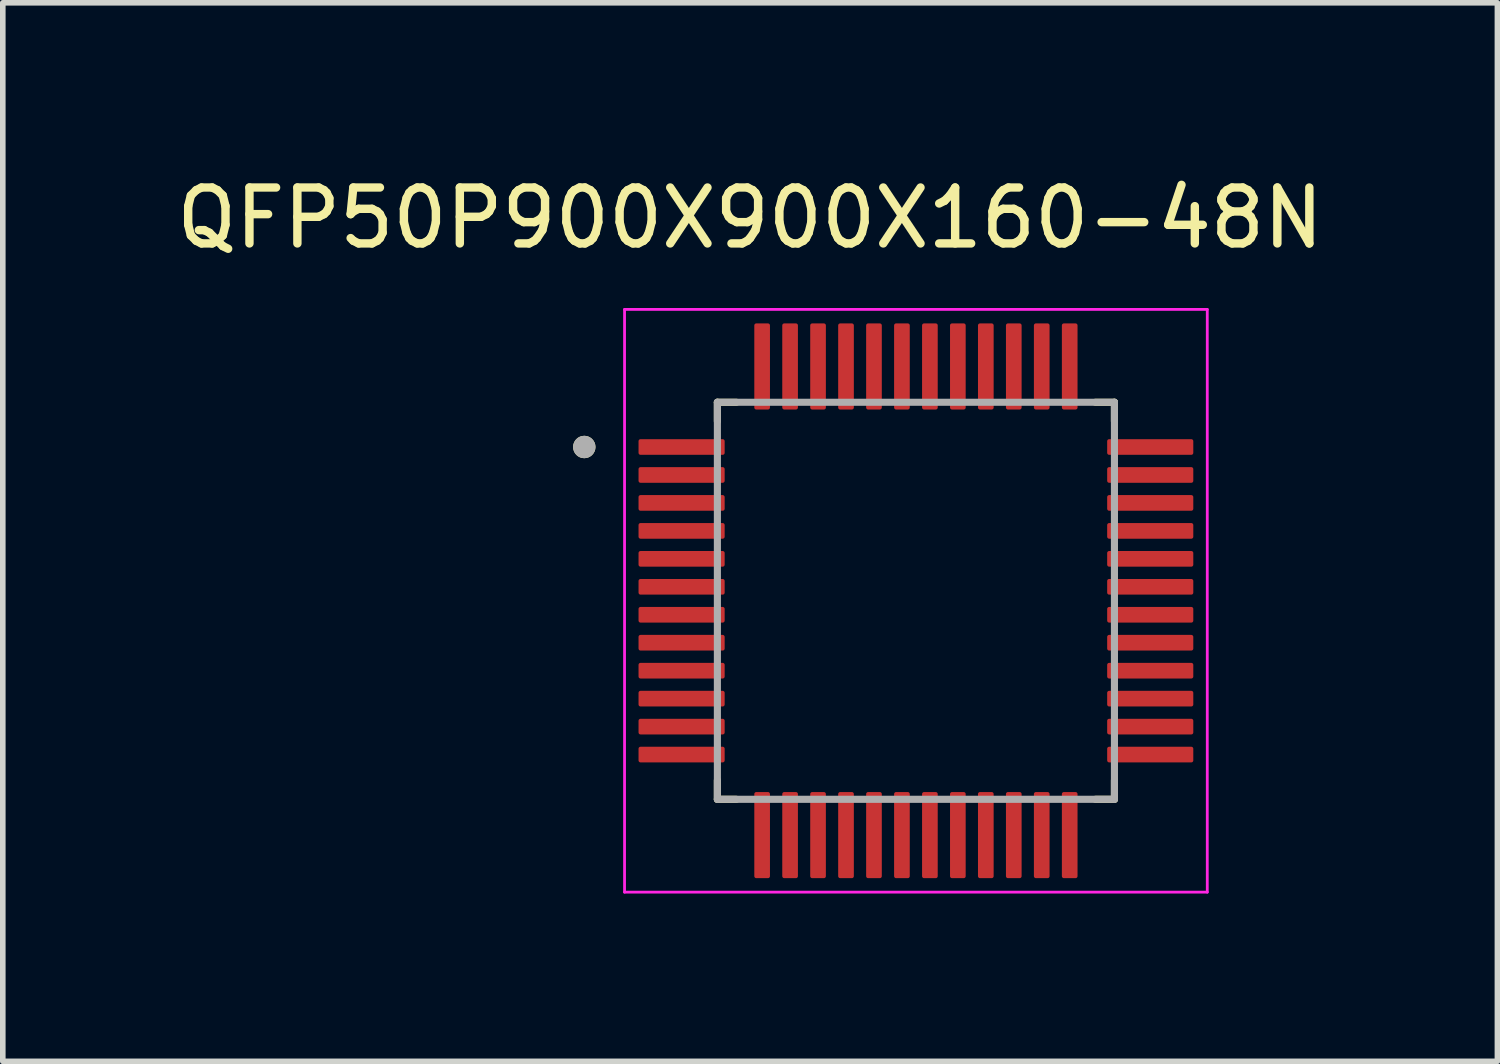
<source format=kicad_pcb>
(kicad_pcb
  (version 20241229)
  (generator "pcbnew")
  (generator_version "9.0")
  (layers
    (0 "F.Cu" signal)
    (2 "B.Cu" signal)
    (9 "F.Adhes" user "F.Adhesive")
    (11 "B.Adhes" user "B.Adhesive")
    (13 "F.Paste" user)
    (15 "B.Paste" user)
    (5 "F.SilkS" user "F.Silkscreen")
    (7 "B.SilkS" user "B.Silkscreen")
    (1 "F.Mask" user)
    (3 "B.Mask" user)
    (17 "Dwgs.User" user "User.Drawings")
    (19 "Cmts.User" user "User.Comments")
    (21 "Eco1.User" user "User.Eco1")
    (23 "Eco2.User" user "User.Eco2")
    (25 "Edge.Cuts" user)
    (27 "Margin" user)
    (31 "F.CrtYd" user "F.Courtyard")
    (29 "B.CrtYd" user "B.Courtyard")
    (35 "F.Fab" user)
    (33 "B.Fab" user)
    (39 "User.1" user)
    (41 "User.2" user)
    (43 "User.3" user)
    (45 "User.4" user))
  (footprint "QFP50P900X900X160-48N"
    (layer "F.Cu")
    (at 13.328 7.693)
    (property "Reference" "QFP50P900X900X160-48N" (at -2.965 -6.845 0) (layer "F.SilkS") (effects (font (size 1 1) (thickness 0.15))))
    (attr smd)
    (fp_line (start -3.55 -3.55) (end -3.55 -3.21) (stroke (width 0.127) (type solid)) (layer "F.SilkS"))
    (fp_line (start -3.55 -3.55) (end -3.21 -3.55) (stroke (width 0.127) (type solid)) (layer "F.SilkS"))
    (fp_line (start -3.55 3.55) (end -3.55 3.21) (stroke (width 0.127) (type solid)) (layer "F.SilkS"))
    (fp_line (start -3.55 3.55) (end -3.21 3.55) (stroke (width 0.127) (type solid)) (layer "F.SilkS"))
    (fp_line (start 3.55 -3.55) (end 3.21 -3.55) (stroke (width 0.127) (type solid)) (layer "F.SilkS"))
    (fp_line (start 3.55 -3.55) (end 3.55 -3.21) (stroke (width 0.127) (type solid)) (layer "F.SilkS"))
    (fp_line (start 3.55 3.55) (end 3.21 3.55) (stroke (width 0.127) (type solid)) (layer "F.SilkS"))
    (fp_line (start 3.55 3.55) (end 3.55 3.21) (stroke (width 0.127) (type solid)) (layer "F.SilkS"))
    (fp_circle (center -5.93 -2.75) (end -5.83 -2.75) (stroke (width 0.2) (type solid)) (fill no) (layer "F.SilkS"))
    (fp_line (start -5.21 -5.21) (end 5.21 -5.21) (stroke (width 0.05) (type solid)) (layer "F.CrtYd"))
    (fp_line (start -5.21 5.21) (end -5.21 -5.21) (stroke (width 0.05) (type solid)) (layer "F.CrtYd"))
    (fp_line (start -5.21 5.21) (end 5.21 5.21) (stroke (width 0.05) (type solid)) (layer "F.CrtYd"))
    (fp_line (start 5.21 5.21) (end 5.21 -5.21) (stroke (width 0.05) (type solid)) (layer "F.CrtYd"))
    (fp_line (start -3.55 3.55) (end -3.55 -3.55) (stroke (width 0.127) (type solid)) (layer "F.Fab"))
    (fp_line (start 3.55 -3.55) (end -3.55 -3.55) (stroke (width 0.127) (type solid)) (layer "F.Fab"))
    (fp_line (start 3.55 3.55) (end -3.55 3.55) (stroke (width 0.127) (type solid)) (layer "F.Fab"))
    (fp_line (start 3.55 3.55) (end 3.55 -3.55) (stroke (width 0.127) (type solid)) (layer "F.Fab"))
    (fp_circle (center -5.93 -2.75) (end -5.83 -2.75) (stroke (width 0.2) (type solid)) (fill no) (layer "F.Fab"))
    (pad "1" smd roundrect (at -4.19 -2.75) (size 1.54 0.28) (layers "F.Cu" "F.Mask" "F.Paste") (roundrect_rratio 0.125))
    (pad "2" smd roundrect (at -4.19 -2.25) (size 1.54 0.28) (layers "F.Cu" "F.Mask" "F.Paste") (roundrect_rratio 0.125))
    (pad "3" smd roundrect (at -4.19 -1.75) (size 1.54 0.28) (layers "F.Cu" "F.Mask" "F.Paste") (roundrect_rratio 0.125))
    (pad "4" smd roundrect (at -4.19 -1.25) (size 1.54 0.28) (layers "F.Cu" "F.Mask" "F.Paste") (roundrect_rratio 0.125))
    (pad "5" smd roundrect (at -4.19 -0.75) (size 1.54 0.28) (layers "F.Cu" "F.Mask" "F.Paste") (roundrect_rratio 0.125))
    (pad "6" smd roundrect (at -4.19 -0.25) (size 1.54 0.28) (layers "F.Cu" "F.Mask" "F.Paste") (roundrect_rratio 0.125))
    (pad "7" smd roundrect (at -4.19 0.25) (size 1.54 0.28) (layers "F.Cu" "F.Mask" "F.Paste") (roundrect_rratio 0.125))
    (pad "8" smd roundrect (at -4.19 0.75) (size 1.54 0.28) (layers "F.Cu" "F.Mask" "F.Paste") (roundrect_rratio 0.125))
    (pad "9" smd roundrect (at -4.19 1.25) (size 1.54 0.28) (layers "F.Cu" "F.Mask" "F.Paste") (roundrect_rratio 0.125))
    (pad "10" smd roundrect (at -4.19 1.75) (size 1.54 0.28) (layers "F.Cu" "F.Mask" "F.Paste") (roundrect_rratio 0.125))
    (pad "11" smd roundrect (at -4.19 2.25) (size 1.54 0.28) (layers "F.Cu" "F.Mask" "F.Paste") (roundrect_rratio 0.125))
    (pad "12" smd roundrect (at -4.19 2.75) (size 1.54 0.28) (layers "F.Cu" "F.Mask" "F.Paste") (roundrect_rratio 0.125))
    (pad "13" smd roundrect (at -2.75 4.19) (size 0.28 1.54) (layers "F.Cu" "F.Mask" "F.Paste") (roundrect_rratio 0.125))
    (pad "14" smd roundrect (at -2.25 4.19) (size 0.28 1.54) (layers "F.Cu" "F.Mask" "F.Paste") (roundrect_rratio 0.125))
    (pad "15" smd roundrect (at -1.75 4.19) (size 0.28 1.54) (layers "F.Cu" "F.Mask" "F.Paste") (roundrect_rratio 0.125))
    (pad "16" smd roundrect (at -1.25 4.19) (size 0.28 1.54) (layers "F.Cu" "F.Mask" "F.Paste") (roundrect_rratio 0.125))
    (pad "17" smd roundrect (at -0.75 4.19) (size 0.28 1.54) (layers "F.Cu" "F.Mask" "F.Paste") (roundrect_rratio 0.125))
    (pad "18" smd roundrect (at -0.25 4.19) (size 0.28 1.54) (layers "F.Cu" "F.Mask" "F.Paste") (roundrect_rratio 0.125))
    (pad "19" smd roundrect (at 0.25 4.19) (size 0.28 1.54) (layers "F.Cu" "F.Mask" "F.Paste") (roundrect_rratio 0.125))
    (pad "20" smd roundrect (at 0.75 4.19) (size 0.28 1.54) (layers "F.Cu" "F.Mask" "F.Paste") (roundrect_rratio 0.125))
    (pad "21" smd roundrect (at 1.25 4.19) (size 0.28 1.54) (layers "F.Cu" "F.Mask" "F.Paste") (roundrect_rratio 0.125))
    (pad "22" smd roundrect (at 1.75 4.19) (size 0.28 1.54) (layers "F.Cu" "F.Mask" "F.Paste") (roundrect_rratio 0.125))
    (pad "23" smd roundrect (at 2.25 4.19) (size 0.28 1.54) (layers "F.Cu" "F.Mask" "F.Paste") (roundrect_rratio 0.125))
    (pad "24" smd roundrect (at 2.75 4.19) (size 0.28 1.54) (layers "F.Cu" "F.Mask" "F.Paste") (roundrect_rratio 0.125))
    (pad "25" smd roundrect (at 4.19 2.75) (size 1.54 0.28) (layers "F.Cu" "F.Mask" "F.Paste") (roundrect_rratio 0.125))
    (pad "26" smd roundrect (at 4.19 2.25) (size 1.54 0.28) (layers "F.Cu" "F.Mask" "F.Paste") (roundrect_rratio 0.125))
    (pad "27" smd roundrect (at 4.19 1.75) (size 1.54 0.28) (layers "F.Cu" "F.Mask" "F.Paste") (roundrect_rratio 0.125))
    (pad "28" smd roundrect (at 4.19 1.25) (size 1.54 0.28) (layers "F.Cu" "F.Mask" "F.Paste") (roundrect_rratio 0.125))
    (pad "29" smd roundrect (at 4.19 0.75) (size 1.54 0.28) (layers "F.Cu" "F.Mask" "F.Paste") (roundrect_rratio 0.125))
    (pad "30" smd roundrect (at 4.19 0.25) (size 1.54 0.28) (layers "F.Cu" "F.Mask" "F.Paste") (roundrect_rratio 0.125))
    (pad "31" smd roundrect (at 4.19 -0.25) (size 1.54 0.28) (layers "F.Cu" "F.Mask" "F.Paste") (roundrect_rratio 0.125))
    (pad "32" smd roundrect (at 4.19 -0.75) (size 1.54 0.28) (layers "F.Cu" "F.Mask" "F.Paste") (roundrect_rratio 0.125))
    (pad "33" smd roundrect (at 4.19 -1.25) (size 1.54 0.28) (layers "F.Cu" "F.Mask" "F.Paste") (roundrect_rratio 0.125))
    (pad "34" smd roundrect (at 4.19 -1.75) (size 1.54 0.28) (layers "F.Cu" "F.Mask" "F.Paste") (roundrect_rratio 0.125))
    (pad "35" smd roundrect (at 4.19 -2.25) (size 1.54 0.28) (layers "F.Cu" "F.Mask" "F.Paste") (roundrect_rratio 0.125))
    (pad "36" smd roundrect (at 4.19 -2.75) (size 1.54 0.28) (layers "F.Cu" "F.Mask" "F.Paste") (roundrect_rratio 0.125))
    (pad "37" smd roundrect (at 2.75 -4.19) (size 0.28 1.54) (layers "F.Cu" "F.Mask" "F.Paste") (roundrect_rratio 0.125))
    (pad "38" smd roundrect (at 2.25 -4.19) (size 0.28 1.54) (layers "F.Cu" "F.Mask" "F.Paste") (roundrect_rratio 0.125))
    (pad "39" smd roundrect (at 1.75 -4.19) (size 0.28 1.54) (layers "F.Cu" "F.Mask" "F.Paste") (roundrect_rratio 0.125))
    (pad "40" smd roundrect (at 1.25 -4.19) (size 0.28 1.54) (layers "F.Cu" "F.Mask" "F.Paste") (roundrect_rratio 0.125))
    (pad "41" smd roundrect (at 0.75 -4.19) (size 0.28 1.54) (layers "F.Cu" "F.Mask" "F.Paste") (roundrect_rratio 0.125))
    (pad "42" smd roundrect (at 0.25 -4.19) (size 0.28 1.54) (layers "F.Cu" "F.Mask" "F.Paste") (roundrect_rratio 0.125))
    (pad "43" smd roundrect (at -0.25 -4.19) (size 0.28 1.54) (layers "F.Cu" "F.Mask" "F.Paste") (roundrect_rratio 0.125))
    (pad "44" smd roundrect (at -0.75 -4.19) (size 0.28 1.54) (layers "F.Cu" "F.Mask" "F.Paste") (roundrect_rratio 0.125))
    (pad "45" smd roundrect (at -1.25 -4.19) (size 0.28 1.54) (layers "F.Cu" "F.Mask" "F.Paste") (roundrect_rratio 0.125))
    (pad "46" smd roundrect (at -1.75 -4.19) (size 0.28 1.54) (layers "F.Cu" "F.Mask" "F.Paste") (roundrect_rratio 0.125))
    (pad "47" smd roundrect (at -2.25 -4.19) (size 0.28 1.54) (layers "F.Cu" "F.Mask" "F.Paste") (roundrect_rratio 0.125))
    (pad "48" smd roundrect (at -2.75 -4.19) (size 0.28 1.54) (layers "F.Cu" "F.Mask" "F.Paste") (roundrect_rratio 0.125)))
  (gr_rect
    (start -3 -3)
    (end 23.726 15.928)
    (stroke (width 0.1) (type default))
    (fill no)
    (layer "Edge.Cuts")))
</source>
